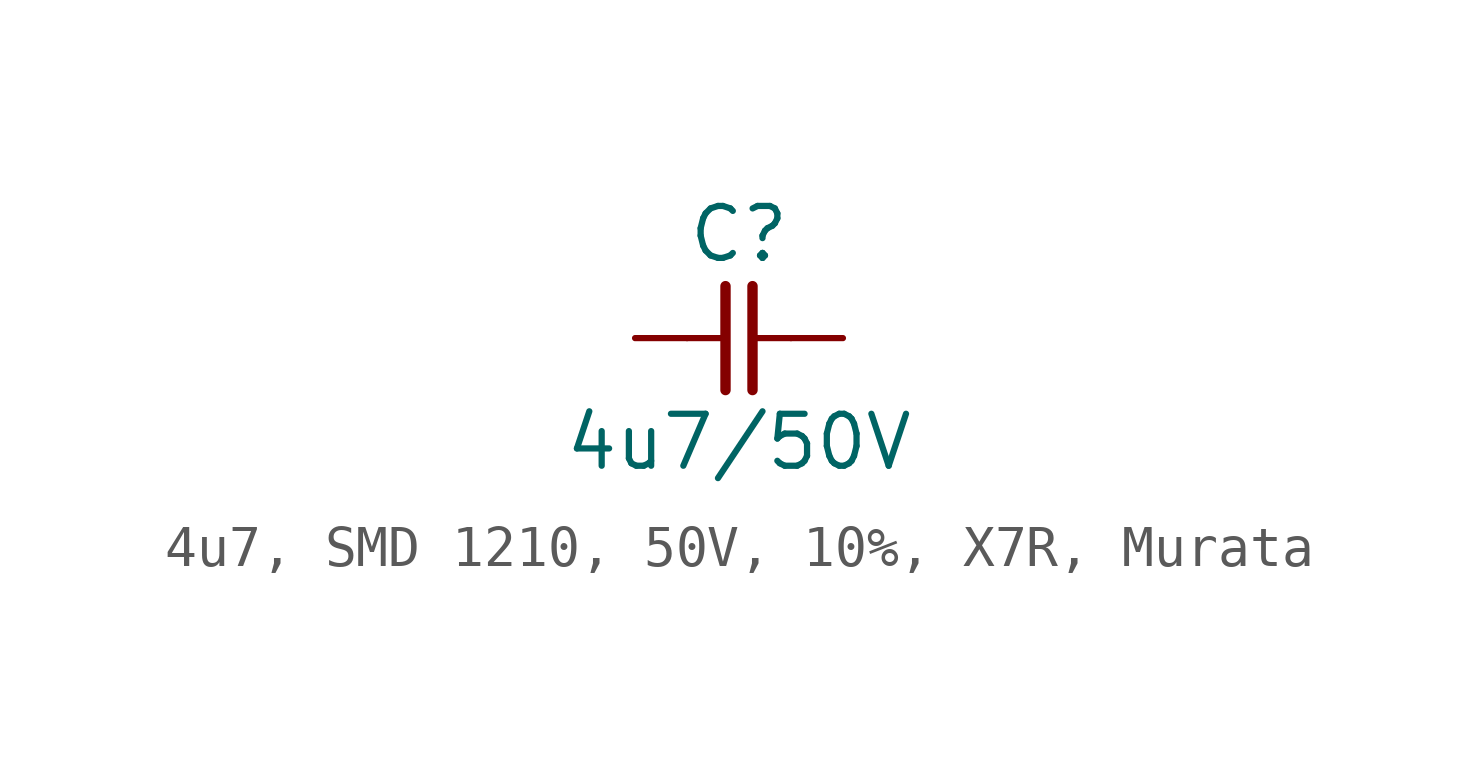
<source format=kicad_sym>
(kicad_symbol_lib
  (version 20241209)
  (generator "kicad_symbol_editor")
  (generator_version "9.0")
  (symbol "4u7, SMD 1210, 50V, 10%, X7R, Murata"
    (pin_numbers
      (hide yes))
    (pin_names
      (offset 0)
      (hide yes))
    (property "Reference" "C"
      (at 0 2.54 0)
      (effects (font (size 1.27 1.27))))
    (property "Value" "4u7/50V"
      (at 0 -2.54 0)
      (effects (font (size 1.27 1.27))))
    (symbol "4u7, SMD 1210, 50V, 10%, X7R, Murata_0_1"
      (polyline (pts (xy -0.33 1.27) (xy -0.33 -1.27)) (stroke (width 0.254) (type default)) (fill (type none)))
      (polyline (pts (xy -0.318 0) (xy -1.27 0)) (stroke (width 0) (type default)) (fill (type none)))
      (polyline (pts (xy 0.33 1.27) (xy 0.33 -1.27)) (stroke (width 0.254) (type default)) (fill (type none)))
      (polyline (pts (xy 1.27 0) (xy 0.318 0)) (stroke (width 0) (type default)) (fill (type none))))
    (symbol "4u7, SMD 1210, 50V, 10%, X7R, Murata_1_1"
      (pin passive line (at -2.54 0 0) (length 1.27) (name "1" (effects (font (size 1.27 1.27)))) (number "1" (effects (font (size 1.27 1.27)))))
      (pin passive line (at 2.54 0 180) (length 1.27) (name "2" (effects (font (size 1.27 1.27)))) (number "2" (effects (font (size 1.27 1.27))))))))
</source>
